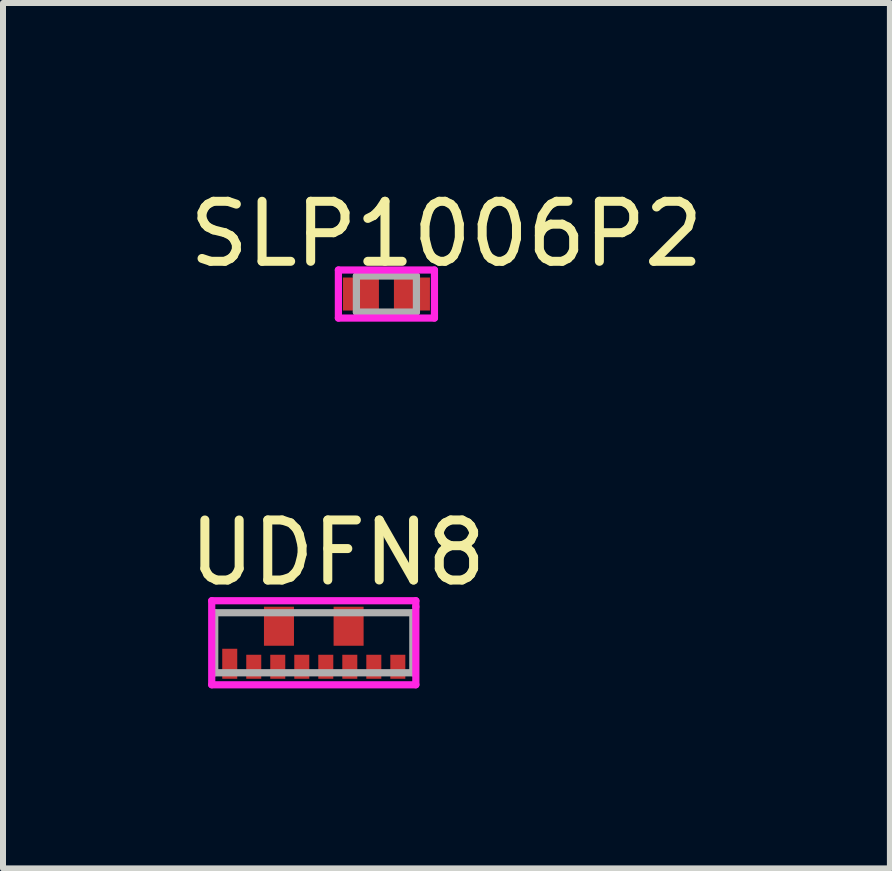
<source format=kicad_pcb>
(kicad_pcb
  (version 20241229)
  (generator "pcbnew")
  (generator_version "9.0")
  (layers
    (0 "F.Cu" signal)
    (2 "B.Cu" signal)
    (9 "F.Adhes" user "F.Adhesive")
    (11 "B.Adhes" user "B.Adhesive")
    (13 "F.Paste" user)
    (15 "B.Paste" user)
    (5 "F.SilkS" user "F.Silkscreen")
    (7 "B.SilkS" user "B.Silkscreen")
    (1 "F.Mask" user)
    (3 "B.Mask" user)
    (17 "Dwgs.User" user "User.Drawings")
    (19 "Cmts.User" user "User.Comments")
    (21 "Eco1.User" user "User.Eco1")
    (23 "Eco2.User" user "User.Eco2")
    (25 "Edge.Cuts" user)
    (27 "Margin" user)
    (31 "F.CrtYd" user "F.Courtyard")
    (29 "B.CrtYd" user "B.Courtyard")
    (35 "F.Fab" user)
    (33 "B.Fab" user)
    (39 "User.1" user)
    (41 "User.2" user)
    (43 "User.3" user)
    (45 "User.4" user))
  (footprint "SLP1006P2"
    (layer "F.Cu")
    (at 3.387 1.848)
    (property "Reference" "SLP1006P2" (at 1 -1 0) (layer "F.SilkS") (effects (font (size 1 1) (thickness 0.15))))
    (attr through_hole)
    (fp_line (start -0.8 -0.4) (end 0.8 -0.4) (stroke (width 0.12) (type solid)) (layer "F.CrtYd"))
    (fp_line (start -0.8 0.4) (end -0.8 -0.4) (stroke (width 0.12) (type solid)) (layer "F.CrtYd"))
    (fp_line (start 0.8 -0.4) (end 0.8 0.4) (stroke (width 0.12) (type solid)) (layer "F.CrtYd"))
    (fp_line (start 0.8 0.4) (end -0.8 0.4) (stroke (width 0.12) (type solid)) (layer "F.CrtYd"))
    (fp_line (start -0.5 -0.3) (end 0.5 -0.3) (stroke (width 0.12) (type solid)) (layer "F.Fab"))
    (fp_line (start -0.5 0.3) (end -0.5 -0.3) (stroke (width 0.12) (type solid)) (layer "F.Fab"))
    (fp_line (start -0.5 0.3) (end 0.5 0.3) (stroke (width 0.12) (type solid)) (layer "F.Fab"))
    (fp_line (start 0.5 0.3) (end 0.5 -0.3) (stroke (width 0.12) (type solid)) (layer "F.Fab"))
    (pad "1" smd rect (at -0.425 0) (size 0.6 0.55) (layers "F.Cu" "F.Mask" "F.Paste"))
    (pad "2" smd rect (at 0.425 0) (size 0.6 0.55) (layers "F.Cu" "F.Mask" "F.Paste")))
  (footprint "UDFN8"
    (layer "F.Cu")
    (at 2.177 7.657)
    (property "Reference" "UDFN8" (at 0.4 -1.5 0) (layer "F.SilkS") (effects (font (size 1 1) (thickness 0.15))))
    (attr through_hole)
    (fp_line (start -1.7 -0.7) (end -1.7 0.7) (stroke (width 0.12) (type solid)) (layer "F.CrtYd"))
    (fp_line (start -1.7 0.7) (end 1.7 0.7) (stroke (width 0.12) (type solid)) (layer "F.CrtYd"))
    (fp_line (start 1.7 -0.7) (end -1.7 -0.7) (stroke (width 0.12) (type solid)) (layer "F.CrtYd"))
    (fp_line (start 1.7 -0.6) (end 1.7 -0.7) (stroke (width 0.12) (type solid)) (layer "F.CrtYd"))
    (fp_line (start 1.7 0.7) (end 1.7 -0.6) (stroke (width 0.12) (type solid)) (layer "F.CrtYd"))
    (fp_line (start -1.65 -0.5) (end -1.65 0.5) (stroke (width 0.12) (type solid)) (layer "F.Fab"))
    (fp_line (start -1.65 -0.5) (end 1.65 -0.5) (stroke (width 0.12) (type solid)) (layer "F.Fab"))
    (fp_line (start -1.65 0.5) (end 1.65 0.5) (stroke (width 0.12) (type solid)) (layer "F.Fab"))
    (fp_line (start 1.65 -0.5) (end 1.65 0.5) (stroke (width 0.12) (type solid)) (layer "F.Fab"))
    (pad "1" smd rect (at -1.4 0.35) (size 0.25 0.5) (layers "F.Cu" "F.Mask" "F.Paste"))
    (pad "2" smd rect (at -1 0.4) (size 0.25 0.4) (layers "F.Cu" "F.Mask" "F.Paste"))
    (pad "3" smd rect (at -0.6 0.4) (size 0.25 0.4) (layers "F.Cu" "F.Mask" "F.Paste"))
    (pad "4" smd rect (at -0.2 0.4) (size 0.25 0.4) (layers "F.Cu" "F.Mask" "F.Paste"))
    (pad "5" smd rect (at 0.2 0.4) (size 0.25 0.4) (layers "F.Cu" "F.Mask" "F.Paste"))
    (pad "6" smd rect (at 0.6 0.4) (size 0.25 0.4) (layers "F.Cu" "F.Mask" "F.Paste"))
    (pad "7" smd rect (at 1 0.4) (size 0.25 0.4) (layers "F.Cu" "F.Mask" "F.Paste"))
    (pad "8" smd rect (at 1.4 0.4) (size 0.25 0.4) (layers "F.Cu" "F.Mask" "F.Paste"))
    (pad "9" smd rect (at 0.58 -0.275) (size 0.5 0.65) (layers "F.Cu" "F.Mask" "F.Paste"))
    (pad "10" smd rect (at -0.58 -0.275) (size 0.5 0.65) (layers "F.Cu" "F.Mask" "F.Paste")))
  (gr_rect
    (start -3 -3)
    (end 11.774 11.416)
    (stroke (width 0.1) (type default))
    (fill no)
    (layer "Edge.Cuts")))
</source>
